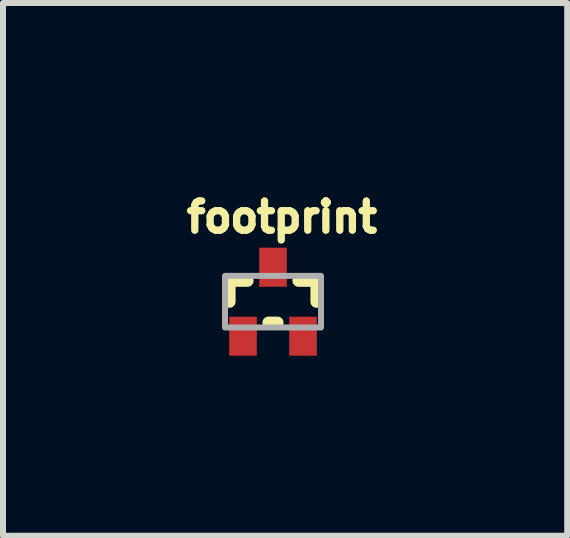
<source format=kicad_pcb>
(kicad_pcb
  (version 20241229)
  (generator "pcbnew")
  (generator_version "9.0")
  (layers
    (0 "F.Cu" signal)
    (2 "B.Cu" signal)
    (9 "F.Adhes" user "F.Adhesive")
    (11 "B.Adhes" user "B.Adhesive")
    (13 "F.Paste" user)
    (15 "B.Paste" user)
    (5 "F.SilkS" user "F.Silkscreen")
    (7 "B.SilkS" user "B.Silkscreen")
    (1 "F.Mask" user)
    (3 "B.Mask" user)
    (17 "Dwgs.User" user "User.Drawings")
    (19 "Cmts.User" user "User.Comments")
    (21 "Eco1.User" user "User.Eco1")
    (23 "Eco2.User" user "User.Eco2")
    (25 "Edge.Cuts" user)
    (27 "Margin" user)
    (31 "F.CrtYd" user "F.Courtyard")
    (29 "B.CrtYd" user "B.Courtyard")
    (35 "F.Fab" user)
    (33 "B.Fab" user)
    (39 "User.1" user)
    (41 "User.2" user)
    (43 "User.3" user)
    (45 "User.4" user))
  (footprint "footprint"
    (layer "F.Cu")
    (at 1.5 1.453)
    (property "Reference" "footprint" (at -1.5 -0.6 0) (layer "F.SilkS") (effects (font (size 0.488 0.488) (thickness 0.122)) (justify left bottom)))
    (fp_line (start -0.725 0.175) (end -0.425 0.175) (stroke (width 0.203) (type solid)) (layer "F.SilkS"))
    (fp_line (start -0.725 0.525) (end -0.725 0.175) (stroke (width 0.203) (type solid)) (layer "F.SilkS"))
    (fp_line (start -0.075 0.875) (end 0.075 0.875) (stroke (width 0.203) (type solid)) (layer "F.SilkS"))
    (fp_line (start 0.425 0.175) (end 0.725 0.175) (stroke (width 0.203) (type solid)) (layer "F.SilkS"))
    (fp_line (start 0.725 0.175) (end 0.725 0.525) (stroke (width 0.203) (type solid)) (layer "F.SilkS"))
    (fp_poly (pts (xy -0.8 0.955) (xy 0.8 0.955) (xy 0.8 0.095) (xy -0.8 0.095)) (stroke (width 0.1) (type solid)) (fill no) (layer "F.Fab"))
    (pad "1" smd rect (at -0.5 1.1) (size 0.46 0.65) (layers "F.Cu" "F.Mask" "F.Paste"))
    (pad "2" smd rect (at 0.5 1.1) (size 0.46 0.65) (layers "F.Cu" "F.Mask" "F.Paste"))
    (pad "3" smd rect (at 0 -0.05) (size 0.46 0.65) (layers "F.Cu" "F.Mask" "F.Paste")))
  (gr_rect
    (start -3 -3)
    (end 6.403 5.878)
    (stroke (width 0.1) (type default))
    (fill no)
    (layer "Edge.Cuts")))
</source>
